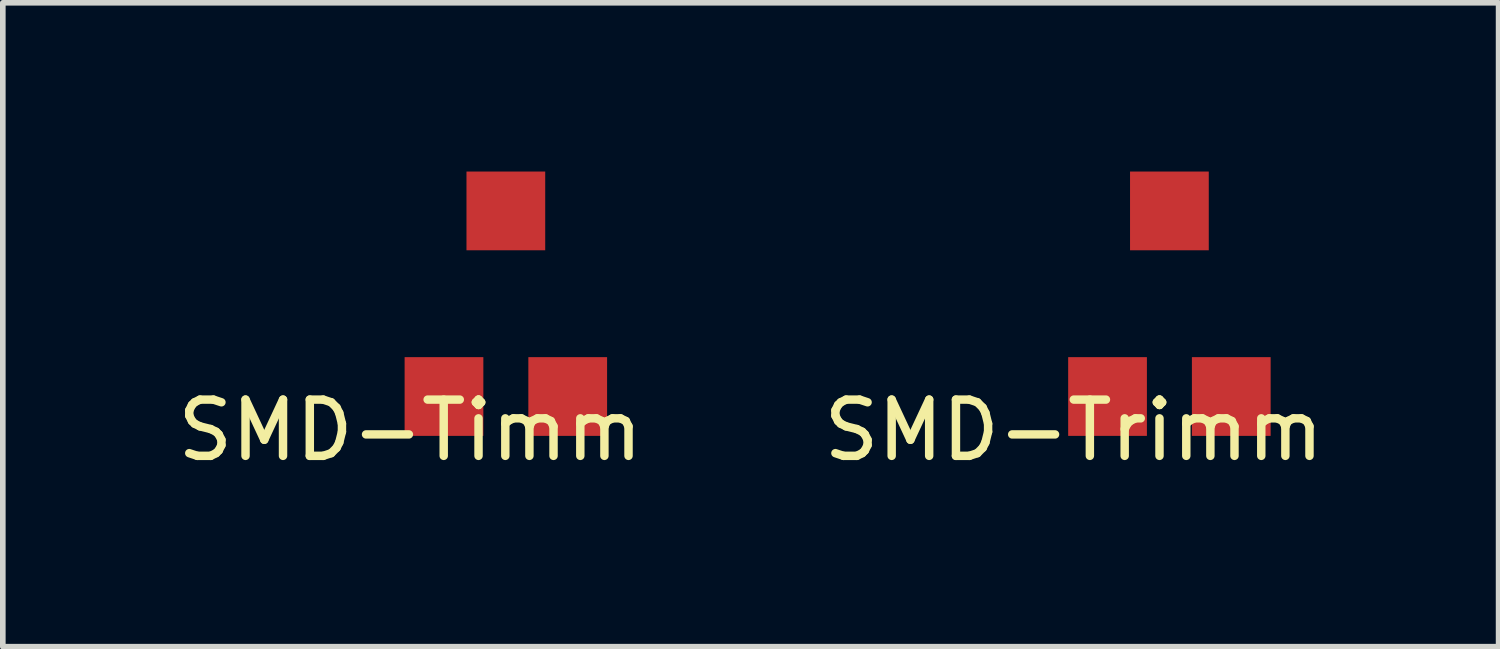
<source format=kicad_pcb>
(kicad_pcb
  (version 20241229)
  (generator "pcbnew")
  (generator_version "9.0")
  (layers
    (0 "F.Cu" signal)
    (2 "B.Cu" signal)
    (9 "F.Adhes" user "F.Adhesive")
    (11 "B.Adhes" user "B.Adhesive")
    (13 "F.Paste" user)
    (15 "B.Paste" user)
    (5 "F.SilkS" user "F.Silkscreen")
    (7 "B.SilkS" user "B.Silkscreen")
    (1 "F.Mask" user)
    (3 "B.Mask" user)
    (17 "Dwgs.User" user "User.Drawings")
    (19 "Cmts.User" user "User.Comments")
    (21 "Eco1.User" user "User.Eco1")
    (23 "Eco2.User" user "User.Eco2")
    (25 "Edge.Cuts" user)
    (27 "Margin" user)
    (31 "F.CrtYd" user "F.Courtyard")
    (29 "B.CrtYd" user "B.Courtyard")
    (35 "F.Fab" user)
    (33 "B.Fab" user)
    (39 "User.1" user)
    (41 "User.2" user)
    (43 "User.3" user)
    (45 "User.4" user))
  (footprint "SMD-Timm"
    (layer "F.Cu")
    (at 5.944 2.3)
    (property "Reference" "SMD-Timm" (at -1.7 2.3 0) (layer "F.SilkS") (effects (font (size 1 1) (thickness 0.15))))
    (attr through_hole)
    (pad "1" smd rect (at -1.1 1.7) (size 1.4 1.4) (layers "F.Cu" "F.Mask" "F.Paste"))
    (pad "2" smd rect (at 0 -1.6) (size 1.4 1.4) (layers "F.Cu" "F.Mask" "F.Paste"))
    (pad "3" smd rect (at 1.1 1.7) (size 1.4 1.4) (layers "F.Cu" "F.Mask" "F.Paste")))
  (footprint "SMD-Trimm"
    (layer "F.Cu")
    (at 17.742 2.3)
    (property "Reference" "SMD-Trimm" (at -1.7 2.3 0) (layer "F.SilkS") (effects (font (size 1 1) (thickness 0.15))))
    (attr through_hole)
    (pad "1" smd rect (at -1.1 1.7) (size 1.4 1.4) (layers "F.Cu" "F.Mask" "F.Paste"))
    (pad "2" smd rect (at 0 -1.6) (size 1.4 1.4) (layers "F.Cu" "F.Mask" "F.Paste"))
    (pad "3" smd rect (at 1.1 1.7) (size 1.4 1.4) (layers "F.Cu" "F.Mask" "F.Paste")))
  (gr_rect
    (start -3 -3)
    (end 23.595 8.448)
    (stroke (width 0.1) (type default))
    (fill no)
    (layer "Edge.Cuts")))
</source>
